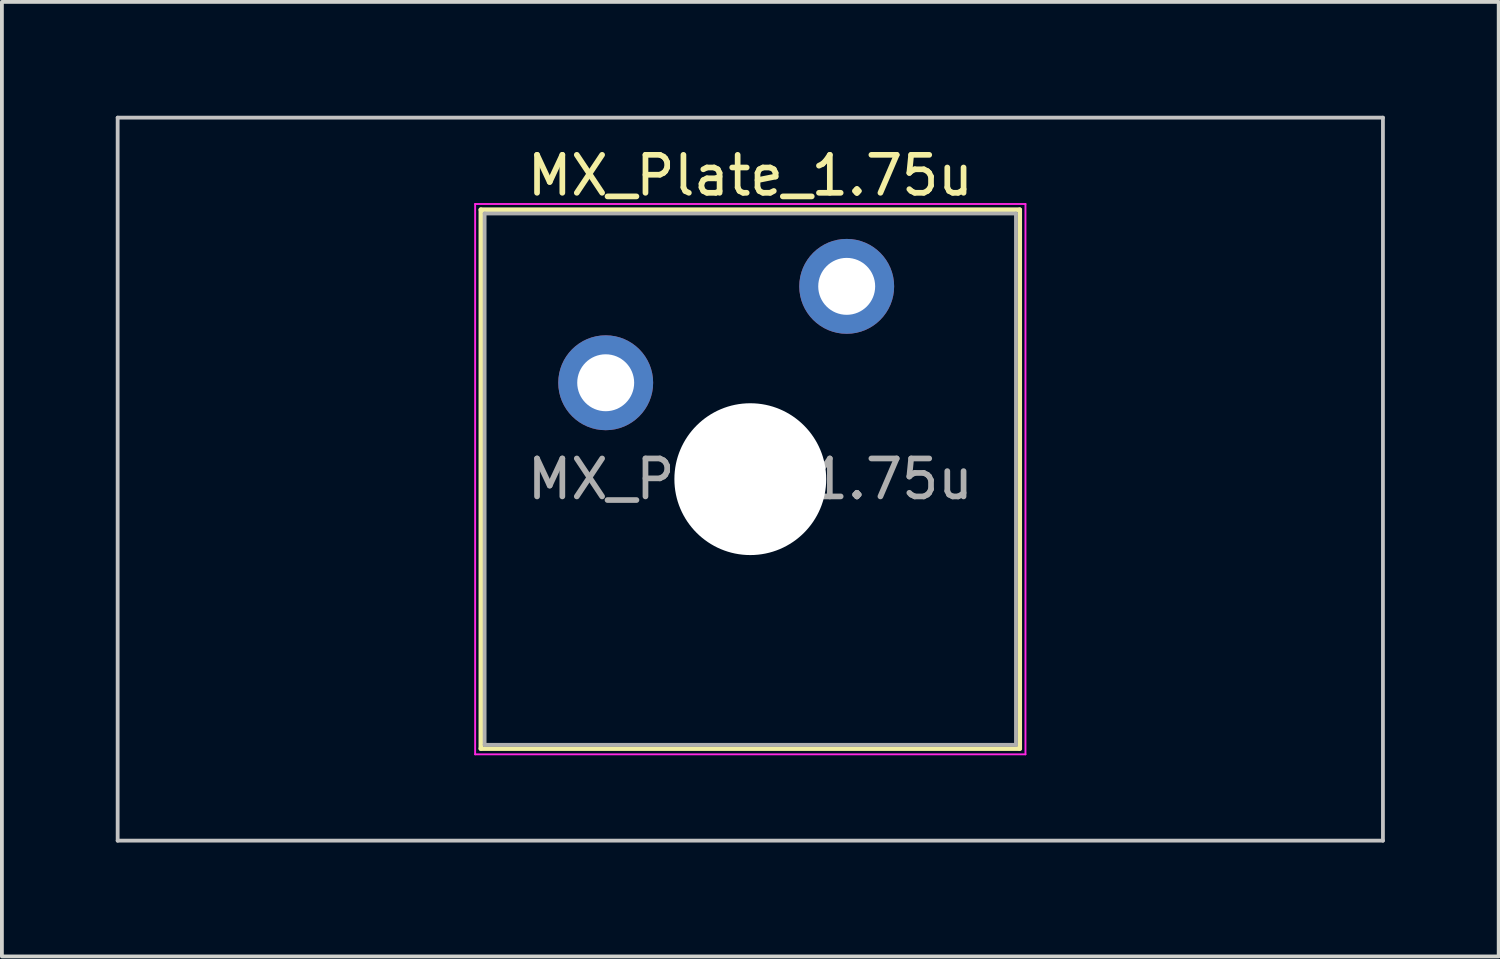
<source format=kicad_pcb>
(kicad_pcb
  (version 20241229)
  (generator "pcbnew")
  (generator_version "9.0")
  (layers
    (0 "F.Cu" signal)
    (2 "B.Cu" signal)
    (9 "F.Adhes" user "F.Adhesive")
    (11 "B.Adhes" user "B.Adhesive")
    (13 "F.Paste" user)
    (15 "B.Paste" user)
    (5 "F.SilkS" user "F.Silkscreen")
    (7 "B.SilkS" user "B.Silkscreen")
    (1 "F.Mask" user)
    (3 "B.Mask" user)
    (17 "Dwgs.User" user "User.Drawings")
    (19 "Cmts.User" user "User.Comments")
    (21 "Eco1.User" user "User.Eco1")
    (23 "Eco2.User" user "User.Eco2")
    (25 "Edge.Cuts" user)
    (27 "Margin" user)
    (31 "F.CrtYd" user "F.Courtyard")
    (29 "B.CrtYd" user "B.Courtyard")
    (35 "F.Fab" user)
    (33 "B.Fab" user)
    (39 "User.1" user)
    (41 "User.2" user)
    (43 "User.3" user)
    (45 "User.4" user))
  (footprint "MX_Plate_1.75u"
    (layer "F.Cu")
    (at 16.719 9.575)
    (property "Reference" "MX_Plate_1.75u" (at 0 -8 0) (layer "F.SilkS") (effects (font (size 1 1) (thickness 0.15))))
    (attr through_hole)
    (fp_line (start -7.1 -7.1) (end -7.1 7.1) (stroke (width 0.12) (type solid)) (layer "F.SilkS"))
    (fp_line (start -7.1 7.1) (end 7.1 7.1) (stroke (width 0.12) (type solid)) (layer "F.SilkS"))
    (fp_line (start 7.1 -7.1) (end -7.1 -7.1) (stroke (width 0.12) (type solid)) (layer "F.SilkS"))
    (fp_line (start 7.1 7.1) (end 7.1 -7.1) (stroke (width 0.12) (type solid)) (layer "F.SilkS"))
    (fp_line (start -16.669 -9.525) (end -16.669 9.525) (stroke (width 0.1) (type solid)) (layer "Dwgs.User"))
    (fp_line (start -16.669 9.525) (end 16.669 9.525) (stroke (width 0.1) (type solid)) (layer "Dwgs.User"))
    (fp_line (start 16.669 -9.525) (end -16.669 -9.525) (stroke (width 0.1) (type solid)) (layer "Dwgs.User"))
    (fp_line (start 16.669 9.525) (end 16.669 -9.525) (stroke (width 0.1) (type solid)) (layer "Dwgs.User"))
    (fp_line (start -7 -7) (end -7 7) (stroke (width 0.1) (type solid)) (layer "Eco1.User"))
    (fp_line (start -7 7) (end 7 7) (stroke (width 0.1) (type solid)) (layer "Eco1.User"))
    (fp_line (start 7 -7) (end -7 -7) (stroke (width 0.1) (type solid)) (layer "Eco1.User"))
    (fp_line (start 7 7) (end 7 -7) (stroke (width 0.1) (type solid)) (layer "Eco1.User"))
    (fp_line (start -7.25 -7.25) (end -7.25 7.25) (stroke (width 0.05) (type solid)) (layer "F.CrtYd"))
    (fp_line (start -7.25 7.25) (end 7.25 7.25) (stroke (width 0.05) (type solid)) (layer "F.CrtYd"))
    (fp_line (start 7.25 -7.25) (end -7.25 -7.25) (stroke (width 0.05) (type solid)) (layer "F.CrtYd"))
    (fp_line (start 7.25 7.25) (end 7.25 -7.25) (stroke (width 0.05) (type solid)) (layer "F.CrtYd"))
    (fp_line (start -7 -7) (end -7 7) (stroke (width 0.1) (type solid)) (layer "F.Fab"))
    (fp_line (start -7 7) (end 7 7) (stroke (width 0.1) (type solid)) (layer "F.Fab"))
    (fp_line (start 7 -7) (end -7 -7) (stroke (width 0.1) (type solid)) (layer "F.Fab"))
    (fp_line (start 7 7) (end 7 -7) (stroke (width 0.1) (type solid)) (layer "F.Fab"))
    (fp_text user "${REFERENCE}" (at 0 0 0) (layer "F.Fab") (effects (font (size 1 1) (thickness 0.15))))
    (pad "" np_thru_hole circle (at 0 0) (size 4 4) (drill 4) (layers "*.Cu" "*.Mask"))
    (pad "1" thru_hole circle (at -3.81 -2.54) (size 2.5 2.5) (drill 1.5) (layers "*.Cu" "*.Mask"))
    (pad "2" thru_hole circle (at 2.54 -5.08) (size 2.5 2.5) (drill 1.5) (layers "*.Cu" "*.Mask")))
  (gr_rect
    (start -3 -3)
    (end 36.438 22.15)
    (stroke (width 0.1) (type default))
    (fill no)
    (layer "Edge.Cuts")))
</source>
